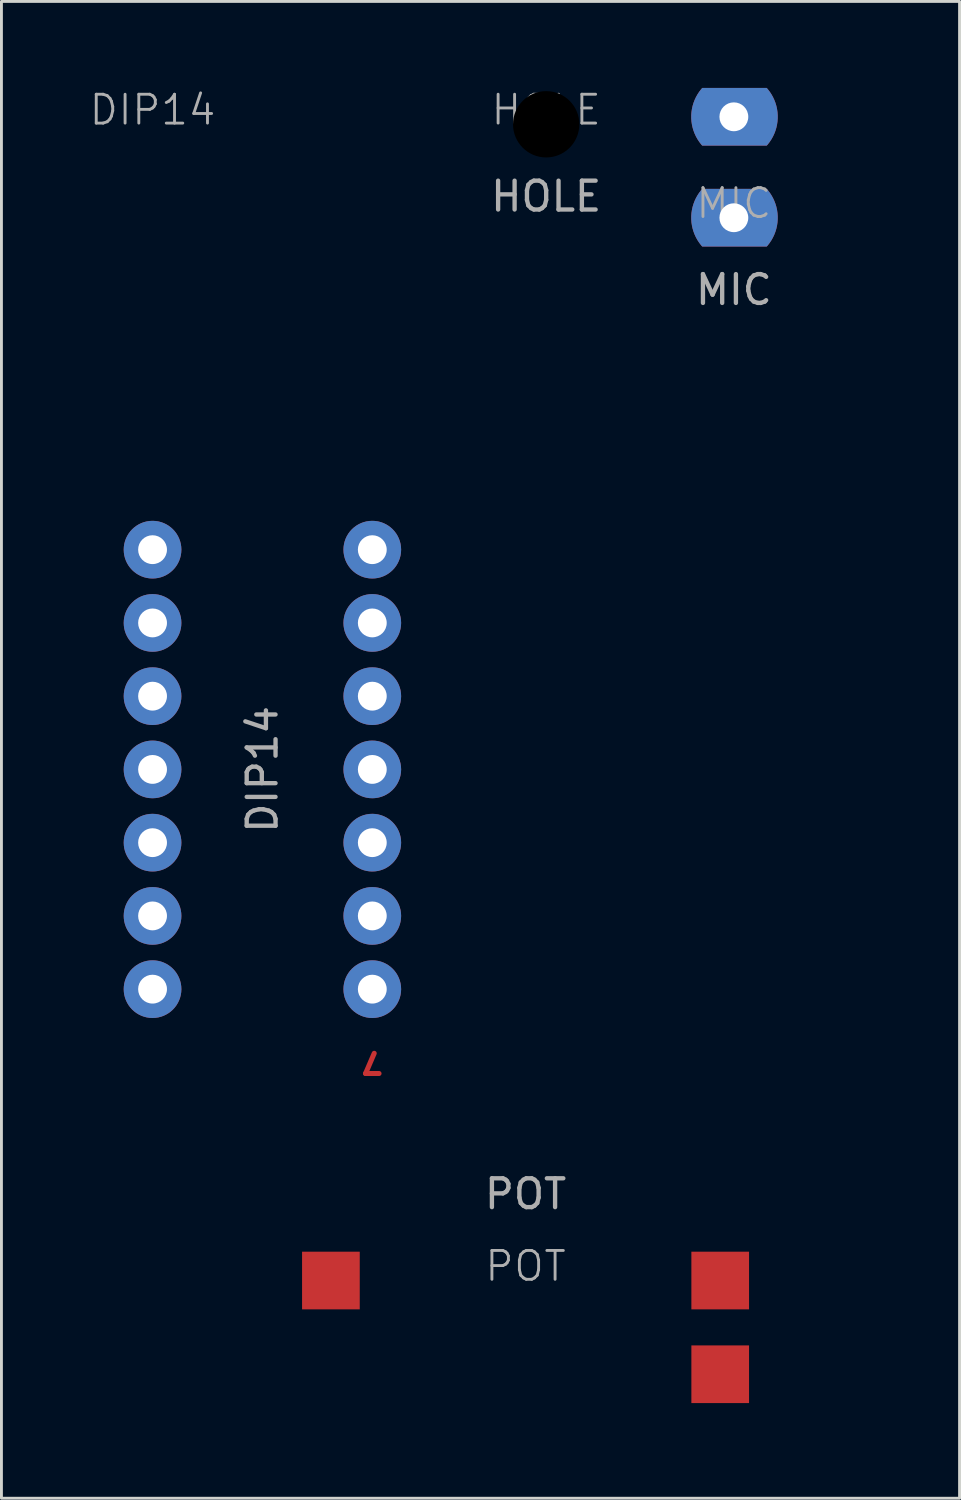
<source format=kicad_pcb>
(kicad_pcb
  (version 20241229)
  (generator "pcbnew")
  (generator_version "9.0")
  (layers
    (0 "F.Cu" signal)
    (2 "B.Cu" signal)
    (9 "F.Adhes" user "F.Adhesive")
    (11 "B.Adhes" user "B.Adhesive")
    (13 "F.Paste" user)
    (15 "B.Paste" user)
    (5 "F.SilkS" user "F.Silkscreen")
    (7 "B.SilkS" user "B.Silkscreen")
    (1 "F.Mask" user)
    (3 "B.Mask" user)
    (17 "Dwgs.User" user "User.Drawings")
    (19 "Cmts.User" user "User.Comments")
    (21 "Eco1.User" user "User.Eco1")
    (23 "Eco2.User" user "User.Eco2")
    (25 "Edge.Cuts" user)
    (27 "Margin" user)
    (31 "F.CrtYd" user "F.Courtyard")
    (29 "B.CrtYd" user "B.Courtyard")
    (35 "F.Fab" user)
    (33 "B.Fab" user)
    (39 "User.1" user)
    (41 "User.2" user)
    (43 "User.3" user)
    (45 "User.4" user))
  (footprint "MIC"
    (layer "F.Cu")
    (at 22.398 4.5)
    (property "Reference" "MIC" (at 0 -0.5 0) (unlocked yes) (layer "F.Fab") (effects (font (size 1 1) (thickness 0.1))))
    (attr through_hole)
    (fp_text user "${REFERENCE}" (at 0 2.5 0) (unlocked yes) (layer "F.Fab") (effects (font (size 1 1) (thickness 0.15))))
    (pad "1" thru_hole custom (at 0 0 270) (size 2 2) (drill 1) (layers "*.Cu" "*.Mask") (options (anchor circle)) (primitives (gr_poly (pts (xy 1 1.096) (xy 1 -1.14) (arc (start 0.999995 -1.139788) (mid -0.000003 -1.521751) (end -1 -1.139784)) (xy -1 1.096) (arc (start -0.999998 1.096283) (mid 0 1.478246) (end 0.999997 1.096279))) (width 0) (fill yes))))
    (pad "2" thru_hole custom (at 0 -3.5 270) (size 2 2) (drill 1) (layers "*.Cu" "*.Mask") (options (anchor circle)) (primitives (gr_poly (pts (xy 1 1.096) (xy 1 -1.14) (arc (start 0.999995 -1.139788) (mid -0.000003 -1.521751) (end -1 -1.139784)) (xy -1 1.096) (arc (start -0.999998 1.096283) (mid 0 1.478246) (end 0.999997 1.096279))) (width 0) (fill yes)))))
  (footprint "DIP14"
    (layer "F.Cu")
    (at 2.24 16.011)
    (property "Reference" "DIP14" (at 0 -15.25 0) (unlocked yes) (layer "F.Fab") (effects (font (size 1 1) (thickness 0.1))))
    (attr through_hole)
    (fp_text user "7" (at 7.62 17.78 180) (unlocked yes) (layer "F.Cu") (effects (font (size 0.7 0.7) (thickness 0.175) (bold yes))))
    (fp_text user "${REFERENCE}" (at 3.81 7.62 90) (unlocked yes) (layer "F.Fab") (effects (font (size 1 1) (thickness 0.15))))
    (pad "1" thru_hole circle (at 7.62 0) (size 2 2) (drill 1) (layers "*.Cu" "*.Mask"))
    (pad "2" thru_hole circle (at 7.62 2.54) (size 2 2) (drill 1) (layers "*.Cu" "*.Mask"))
    (pad "3" thru_hole circle (at 7.62 5.08) (size 2 2) (drill 1) (layers "*.Cu" "*.Mask"))
    (pad "4" thru_hole circle (at 7.62 7.62) (size 2 2) (drill 1) (layers "*.Cu" "*.Mask"))
    (pad "5" thru_hole circle (at 7.62 10.16) (size 2 2) (drill 1) (layers "*.Cu" "*.Mask"))
    (pad "6" thru_hole circle (at 7.62 12.7) (size 2 2) (drill 1) (layers "*.Cu" "*.Mask"))
    (pad "7" thru_hole circle (at 7.62 15.24) (size 2 2) (drill 1) (layers "*.Cu" "*.Mask"))
    (pad "8" thru_hole circle (at 0 15.24) (size 2 2) (drill 1) (layers "*.Cu" "*.Mask"))
    (pad "9" thru_hole circle (at 0 12.7) (size 2 2) (drill 1) (layers "*.Cu" "*.Mask"))
    (pad "10" thru_hole circle (at 0 10.16) (size 2 2) (drill 1) (layers "*.Cu" "*.Mask"))
    (pad "11" thru_hole circle (at 0 7.62) (size 2 2) (drill 1) (layers "*.Cu" "*.Mask"))
    (pad "12" thru_hole circle (at 0 5.08) (size 2 2) (drill 1) (layers "*.Cu" "*.Mask"))
    (pad "13" thru_hole circle (at 0 2.54) (size 2 2) (drill 1) (layers "*.Cu" "*.Mask"))
    (pad "14" thru_hole circle (at 0 0) (size 2 2) (drill 1) (layers "*.Cu" "*.Mask")))
  (footprint "POT"
    (layer "F.Cu")
    (at 15.175 41.355)
    (property "Reference" "POT" (at 0 -0.5 0) (unlocked yes) (layer "F.Fab") (effects (font (size 1 1) (thickness 0.1))))
    (attr smd)
    (fp_rect (start -6.7 -1) (end 6.7 1) (stroke (width 0.1) (type solid)) (fill no) (layer "User.3"))
    (fp_rect (start -15.125 -1.25) (end -4.375 1.25) (stroke (width 0.1) (type solid)) (fill no) (layer "User.4"))
    (fp_rect (start -5.75 2) (end 12 4.5) (stroke (width 0.1) (type solid)) (fill no) (layer "User.4"))
    (fp_rect (start 5 -1.25) (end 12 1.25) (stroke (width 0.1) (type solid)) (fill no) (layer "User.4"))
    (fp_text user "${REFERENCE}" (at 0 -3 0) (unlocked yes) (layer "F.Fab") (effects (font (size 1 1) (thickness 0.15))))
    (pad "1" smd rect (at -6.75 0) (size 2 2) (layers "F.Cu"))
    (pad "2" smd rect (at 6.75 3.25) (size 2 2) (layers "F.Cu"))
    (pad "3" smd rect (at 6.75 0) (size 2 2) (layers "F.Cu")))
  (footprint "HOLE"
    (layer "F.Cu")
    (at 15.89 1.26)
    (property "Reference" "HOLE" (at 0 -0.5 0) (unlocked yes) (layer "F.Fab") (effects (font (size 1 1) (thickness 0.1))))
    (attr through_hole)
    (fp_text user "${REFERENCE}" (at 0 2.5 0) (unlocked yes) (layer "F.Fab") (effects (font (size 1 1) (thickness 0.15))))
    (pad "" np_thru_hole circle (at 0 0) (size 2.3 2.3) (drill 2.3) (layers)))
  (gr_rect
    (start -3 -3)
    (end 30.225 48.905)
    (stroke (width 0.1) (type default))
    (fill no)
    (layer "Edge.Cuts")))
</source>
